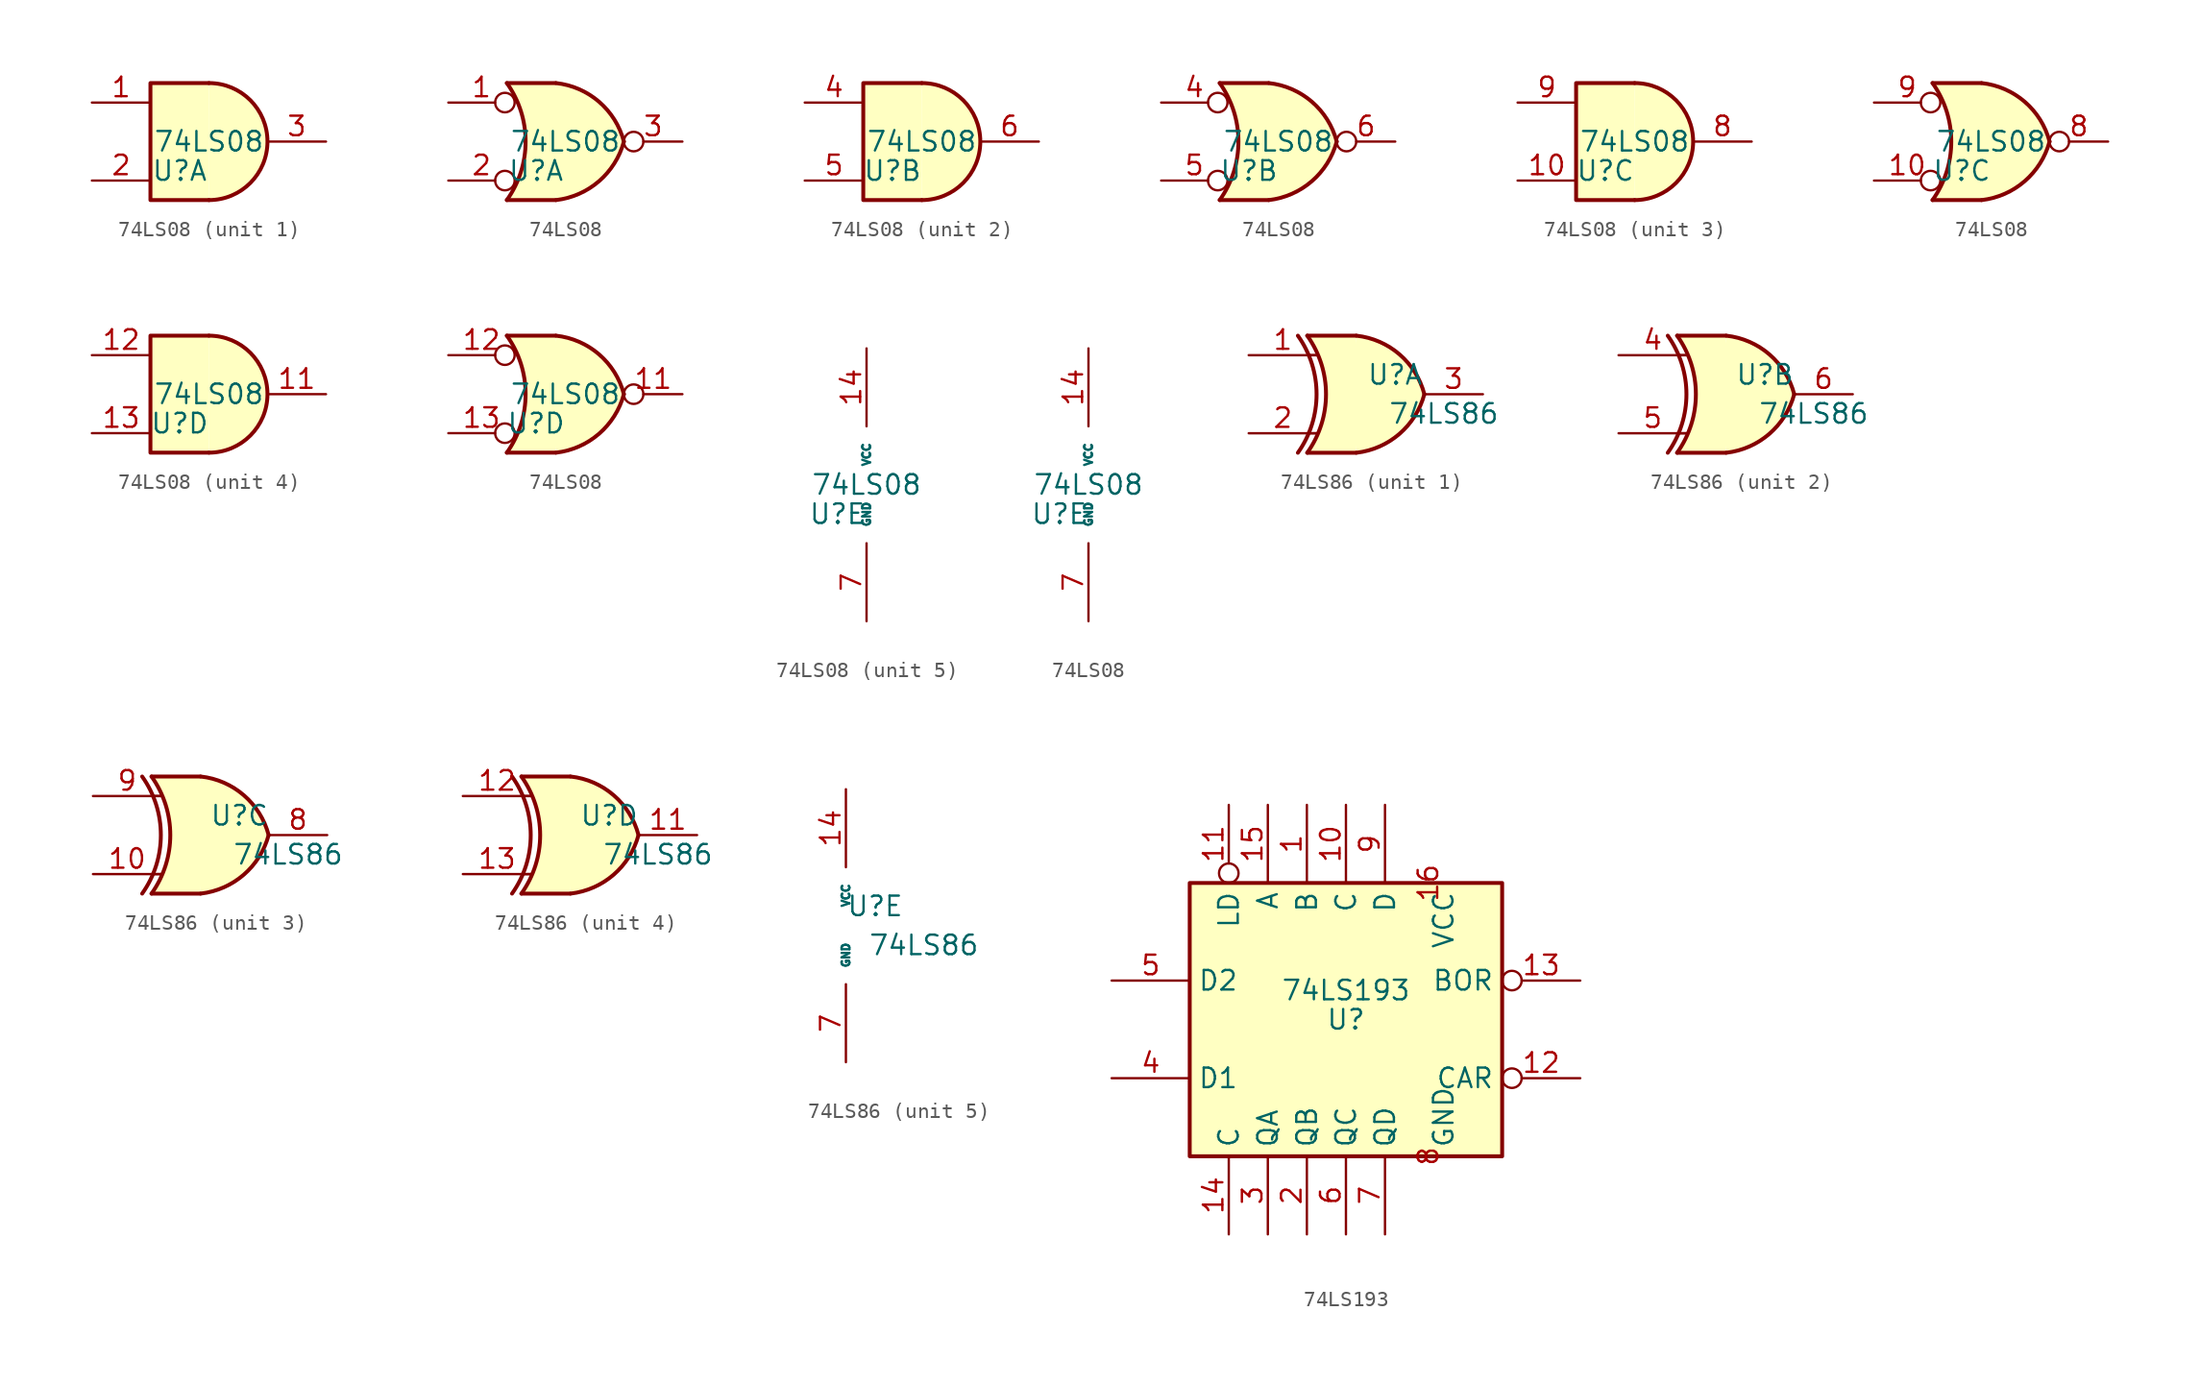
<source format=kicad_sym>
(kicad_symbol_lib
  (version 20211014)
  (generator kicad_symbol_editor)
  (symbol "74LS08"
    (pin_names
      (offset 1.016))
    (property "Reference" "U"
      (at -1.905 -1.905 0)
      (effects (font (size 1.27 1.27))))
    (property "Value" "74LS08"
      (at 0 0 0)
      (effects (font (size 1.27 1.27))))
    (property "ki_locked" ""
      (at 0 0 0)
      (effects (font (size 1.27 1.27))))
    (symbol "74LS08_1_1"
      (arc (start 0 -3.81) (mid 3.81 0) (end 0 3.81) (stroke (width 0.254) (type default) (color 0 0 0 0)) (fill (type background)))
      (polyline (pts (xy 0 3.81) (xy -3.81 3.81) (xy -3.81 -3.81) (xy 0 -3.81)) (stroke (width 0.254) (type default) (color 0 0 0 0)) (fill (type background)))
      (pin input line (at -7.62 2.54 0) (length 3.81) (name "~" (effects (font (size 1.27 1.27)))) (number "1" (effects (font (size 1.27 1.27)))))
      (pin input line (at -7.62 -2.54 0) (length 3.81) (name "~" (effects (font (size 1.27 1.27)))) (number "2" (effects (font (size 1.27 1.27)))))
      (pin output line (at 7.62 0 180) (length 3.81) (name "~" (effects (font (size 1.27 1.27)))) (number "3" (effects (font (size 1.27 1.27))))))
    (symbol "74LS08_1_2"
      (arc (start -3.81 -3.81) (mid -2.589 0) (end -3.81 3.81) (stroke (width 0.254) (type default) (color 0 0 0 0)) (fill (type none)))
      (arc (start -0.6096 -3.81) (mid 2.1855 -2.584) (end 3.81 0) (stroke (width 0.254) (type default) (color 0 0 0 0)) (fill (type background)))
      (polyline (pts (xy -3.81 -3.81) (xy -0.635 -3.81)) (stroke (width 0.254) (type default) (color 0 0 0 0)) (fill (type background)))
      (polyline (pts (xy -3.81 3.81) (xy -0.635 3.81)) (stroke (width 0.254) (type default) (color 0 0 0 0)) (fill (type background)))
      (polyline (pts (xy -0.635 3.81) (xy -3.81 3.81) (xy -3.81 3.81) (xy -3.556 3.404) (xy -3.023 2.261) (xy -2.692 1.041) (xy -2.616 -0.254) (xy -2.769 -1.499) (xy -3.175 -2.718) (xy -3.81 -3.81) (xy -3.81 -3.81) (xy -0.635 -3.81)) (stroke (width -25.4) (type default) (color 0 0 0 0)) (fill (type background)))
      (arc (start 3.81 0) (mid 2.1928 2.5925) (end -0.6096 3.81) (stroke (width 0.254) (type default) (color 0 0 0 0)) (fill (type background)))
      (pin input inverted (at -7.62 2.54 0) (length 4.318) (name "~" (effects (font (size 1.27 1.27)))) (number "1" (effects (font (size 1.27 1.27)))))
      (pin input inverted (at -7.62 -2.54 0) (length 4.318) (name "~" (effects (font (size 1.27 1.27)))) (number "2" (effects (font (size 1.27 1.27)))))
      (pin output inverted (at 7.62 0 180) (length 3.81) (name "~" (effects (font (size 1.27 1.27)))) (number "3" (effects (font (size 1.27 1.27))))))
    (symbol "74LS08_2_1"
      (arc (start 0 -3.81) (mid 3.81 0) (end 0 3.81) (stroke (width 0.254) (type default) (color 0 0 0 0)) (fill (type background)))
      (polyline (pts (xy 0 3.81) (xy -3.81 3.81) (xy -3.81 -3.81) (xy 0 -3.81)) (stroke (width 0.254) (type default) (color 0 0 0 0)) (fill (type background)))
      (pin input line (at -7.62 2.54 0) (length 3.81) (name "~" (effects (font (size 1.27 1.27)))) (number "4" (effects (font (size 1.27 1.27)))))
      (pin input line (at -7.62 -2.54 0) (length 3.81) (name "~" (effects (font (size 1.27 1.27)))) (number "5" (effects (font (size 1.27 1.27)))))
      (pin output line (at 7.62 0 180) (length 3.81) (name "~" (effects (font (size 1.27 1.27)))) (number "6" (effects (font (size 1.27 1.27))))))
    (symbol "74LS08_2_2"
      (arc (start -3.81 -3.81) (mid -2.589 0) (end -3.81 3.81) (stroke (width 0.254) (type default) (color 0 0 0 0)) (fill (type none)))
      (arc (start -0.6096 -3.81) (mid 2.1855 -2.584) (end 3.81 0) (stroke (width 0.254) (type default) (color 0 0 0 0)) (fill (type background)))
      (polyline (pts (xy -3.81 -3.81) (xy -0.635 -3.81)) (stroke (width 0.254) (type default) (color 0 0 0 0)) (fill (type background)))
      (polyline (pts (xy -3.81 3.81) (xy -0.635 3.81)) (stroke (width 0.254) (type default) (color 0 0 0 0)) (fill (type background)))
      (polyline (pts (xy -0.635 3.81) (xy -3.81 3.81) (xy -3.81 3.81) (xy -3.556 3.404) (xy -3.023 2.261) (xy -2.692 1.041) (xy -2.616 -0.254) (xy -2.769 -1.499) (xy -3.175 -2.718) (xy -3.81 -3.81) (xy -3.81 -3.81) (xy -0.635 -3.81)) (stroke (width -25.4) (type default) (color 0 0 0 0)) (fill (type background)))
      (arc (start 3.81 0) (mid 2.1928 2.5925) (end -0.6096 3.81) (stroke (width 0.254) (type default) (color 0 0 0 0)) (fill (type background)))
      (pin input inverted (at -7.62 2.54 0) (length 4.318) (name "~" (effects (font (size 1.27 1.27)))) (number "4" (effects (font (size 1.27 1.27)))))
      (pin input inverted (at -7.62 -2.54 0) (length 4.318) (name "~" (effects (font (size 1.27 1.27)))) (number "5" (effects (font (size 1.27 1.27)))))
      (pin output inverted (at 7.62 0 180) (length 3.81) (name "~" (effects (font (size 1.27 1.27)))) (number "6" (effects (font (size 1.27 1.27))))))
    (symbol "74LS08_3_1"
      (arc (start 0 -3.81) (mid 3.81 0) (end 0 3.81) (stroke (width 0.254) (type default) (color 0 0 0 0)) (fill (type background)))
      (polyline (pts (xy 0 3.81) (xy -3.81 3.81) (xy -3.81 -3.81) (xy 0 -3.81)) (stroke (width 0.254) (type default) (color 0 0 0 0)) (fill (type background)))
      (pin input line (at -7.62 -2.54 0) (length 3.81) (name "~" (effects (font (size 1.27 1.27)))) (number "10" (effects (font (size 1.27 1.27)))))
      (pin output line (at 7.62 0 180) (length 3.81) (name "~" (effects (font (size 1.27 1.27)))) (number "8" (effects (font (size 1.27 1.27)))))
      (pin input line (at -7.62 2.54 0) (length 3.81) (name "~" (effects (font (size 1.27 1.27)))) (number "9" (effects (font (size 1.27 1.27))))))
    (symbol "74LS08_3_2"
      (arc (start -3.81 -3.81) (mid -2.589 0) (end -3.81 3.81) (stroke (width 0.254) (type default) (color 0 0 0 0)) (fill (type none)))
      (arc (start -0.6096 -3.81) (mid 2.1855 -2.584) (end 3.81 0) (stroke (width 0.254) (type default) (color 0 0 0 0)) (fill (type background)))
      (polyline (pts (xy -3.81 -3.81) (xy -0.635 -3.81)) (stroke (width 0.254) (type default) (color 0 0 0 0)) (fill (type background)))
      (polyline (pts (xy -3.81 3.81) (xy -0.635 3.81)) (stroke (width 0.254) (type default) (color 0 0 0 0)) (fill (type background)))
      (polyline (pts (xy -0.635 3.81) (xy -3.81 3.81) (xy -3.81 3.81) (xy -3.556 3.404) (xy -3.023 2.261) (xy -2.692 1.041) (xy -2.616 -0.254) (xy -2.769 -1.499) (xy -3.175 -2.718) (xy -3.81 -3.81) (xy -3.81 -3.81) (xy -0.635 -3.81)) (stroke (width -25.4) (type default) (color 0 0 0 0)) (fill (type background)))
      (arc (start 3.81 0) (mid 2.1928 2.5925) (end -0.6096 3.81) (stroke (width 0.254) (type default) (color 0 0 0 0)) (fill (type background)))
      (pin input inverted (at -7.62 -2.54 0) (length 4.318) (name "~" (effects (font (size 1.27 1.27)))) (number "10" (effects (font (size 1.27 1.27)))))
      (pin output inverted (at 7.62 0 180) (length 3.81) (name "~" (effects (font (size 1.27 1.27)))) (number "8" (effects (font (size 1.27 1.27)))))
      (pin input inverted (at -7.62 2.54 0) (length 4.318) (name "~" (effects (font (size 1.27 1.27)))) (number "9" (effects (font (size 1.27 1.27))))))
    (symbol "74LS08_4_1"
      (arc (start 0 -3.81) (mid 3.81 0) (end 0 3.81) (stroke (width 0.254) (type default) (color 0 0 0 0)) (fill (type background)))
      (polyline (pts (xy 0 3.81) (xy -3.81 3.81) (xy -3.81 -3.81) (xy 0 -3.81)) (stroke (width 0.254) (type default) (color 0 0 0 0)) (fill (type background)))
      (pin output line (at 7.62 0 180) (length 3.81) (name "~" (effects (font (size 1.27 1.27)))) (number "11" (effects (font (size 1.27 1.27)))))
      (pin input line (at -7.62 2.54 0) (length 3.81) (name "~" (effects (font (size 1.27 1.27)))) (number "12" (effects (font (size 1.27 1.27)))))
      (pin input line (at -7.62 -2.54 0) (length 3.81) (name "~" (effects (font (size 1.27 1.27)))) (number "13" (effects (font (size 1.27 1.27))))))
    (symbol "74LS08_4_2"
      (arc (start -3.81 -3.81) (mid -2.589 0) (end -3.81 3.81) (stroke (width 0.254) (type default) (color 0 0 0 0)) (fill (type none)))
      (arc (start -0.6096 -3.81) (mid 2.1855 -2.584) (end 3.81 0) (stroke (width 0.254) (type default) (color 0 0 0 0)) (fill (type background)))
      (polyline (pts (xy -3.81 -3.81) (xy -0.635 -3.81)) (stroke (width 0.254) (type default) (color 0 0 0 0)) (fill (type background)))
      (polyline (pts (xy -3.81 3.81) (xy -0.635 3.81)) (stroke (width 0.254) (type default) (color 0 0 0 0)) (fill (type background)))
      (polyline (pts (xy -0.635 3.81) (xy -3.81 3.81) (xy -3.81 3.81) (xy -3.556 3.404) (xy -3.023 2.261) (xy -2.692 1.041) (xy -2.616 -0.254) (xy -2.769 -1.499) (xy -3.175 -2.718) (xy -3.81 -3.81) (xy -3.81 -3.81) (xy -0.635 -3.81)) (stroke (width -25.4) (type default) (color 0 0 0 0)) (fill (type background)))
      (arc (start 3.81 0) (mid 2.1928 2.5925) (end -0.6096 3.81) (stroke (width 0.254) (type default) (color 0 0 0 0)) (fill (type background)))
      (pin output inverted (at 7.62 0 180) (length 3.81) (name "~" (effects (font (size 1.27 1.27)))) (number "11" (effects (font (size 1.27 1.27)))))
      (pin input inverted (at -7.62 2.54 0) (length 4.318) (name "~" (effects (font (size 1.27 1.27)))) (number "12" (effects (font (size 1.27 1.27)))))
      (pin input inverted (at -7.62 -2.54 0) (length 4.318) (name "~" (effects (font (size 1.27 1.27)))) (number "13" (effects (font (size 1.27 1.27))))))
    (symbol "74LS08_5_0"
      (pin power_in line (at 0 8.89 270) (length 5.08) (name "VCC" (effects (font (size 0.508 0.508)))) (number "14" (effects (font (size 1.27 1.27)))))
      (pin power_in line (at 0 -8.89 90) (length 5.08) (name "GND" (effects (font (size 0.508 0.508)))) (number "7" (effects (font (size 1.27 1.27)))))))
  (symbol "74LS86"
    (pin_names
      (offset 1.016))
    (property "Reference" "U"
      (at 1.905 1.27 0)
      (effects (font (size 1.27 1.27))))
    (property "Value" "74LS86"
      (at 5.08 -1.27 0)
      (effects (font (size 1.27 1.27))))
    (property "ki_locked" ""
      (at 0 0 0)
      (effects (font (size 1.27 1.27))))
    (symbol "74LS86_1_0"
      (arc (start -4.4196 -3.81) (mid -3.2033 0) (end -4.4196 3.81) (stroke (width 0.254) (type default) (color 0 0 0 0)) (fill (type none)))
      (arc (start -3.81 -3.81) (mid -2.589 0) (end -3.81 3.81) (stroke (width 0.254) (type default) (color 0 0 0 0)) (fill (type none)))
      (arc (start -0.6096 -3.81) (mid 2.1855 -2.584) (end 3.81 0) (stroke (width 0.254) (type default) (color 0 0 0 0)) (fill (type background)))
      (polyline (pts (xy -3.81 -3.81) (xy -0.635 -3.81)) (stroke (width 0.254) (type default) (color 0 0 0 0)) (fill (type background)))
      (polyline (pts (xy -3.81 3.81) (xy -0.635 3.81)) (stroke (width 0.254) (type default) (color 0 0 0 0)) (fill (type background)))
      (polyline (pts (xy -0.635 3.81) (xy -3.81 3.81) (xy -3.81 3.81) (xy -3.556 3.404) (xy -3.023 2.261) (xy -2.692 1.041) (xy -2.616 -0.254) (xy -2.769 -1.499) (xy -3.175 -2.718) (xy -3.81 -3.81) (xy -3.81 -3.81) (xy -0.635 -3.81)) (stroke (width -25.4) (type default) (color 0 0 0 0)) (fill (type background)))
      (arc (start 3.81 0) (mid 2.1928 2.5925) (end -0.6096 3.81) (stroke (width 0.254) (type default) (color 0 0 0 0)) (fill (type background)))
      (pin input line (at -7.62 2.54 0) (length 4.445) (name "~" (effects (font (size 1.27 1.27)))) (number "1" (effects (font (size 1.27 1.27)))))
      (pin input line (at -7.62 -2.54 0) (length 4.445) (name "~" (effects (font (size 1.27 1.27)))) (number "2" (effects (font (size 1.27 1.27)))))
      (pin output line (at 7.62 0 180) (length 3.81) (name "~" (effects (font (size 1.27 1.27)))) (number "3" (effects (font (size 1.27 1.27))))))
    (symbol "74LS86_1_1"
      (polyline (pts (xy -3.81 -2.54) (xy -3.175 -2.54)) (stroke (width 0.152) (type default) (color 0 0 0 0)) (fill (type none)))
      (polyline (pts (xy -3.81 2.54) (xy -3.175 2.54)) (stroke (width 0.152) (type default) (color 0 0 0 0)) (fill (type none))))
    (symbol "74LS86_2_0"
      (arc (start -4.4196 -3.81) (mid -3.2033 0) (end -4.4196 3.81) (stroke (width 0.254) (type default) (color 0 0 0 0)) (fill (type none)))
      (arc (start -3.81 -3.81) (mid -2.589 0) (end -3.81 3.81) (stroke (width 0.254) (type default) (color 0 0 0 0)) (fill (type none)))
      (arc (start -0.6096 -3.81) (mid 2.1855 -2.584) (end 3.81 0) (stroke (width 0.254) (type default) (color 0 0 0 0)) (fill (type background)))
      (polyline (pts (xy -3.81 -3.81) (xy -0.635 -3.81)) (stroke (width 0.254) (type default) (color 0 0 0 0)) (fill (type background)))
      (polyline (pts (xy -3.81 3.81) (xy -0.635 3.81)) (stroke (width 0.254) (type default) (color 0 0 0 0)) (fill (type background)))
      (polyline (pts (xy -0.635 3.81) (xy -3.81 3.81) (xy -3.81 3.81) (xy -3.556 3.404) (xy -3.023 2.261) (xy -2.692 1.041) (xy -2.616 -0.254) (xy -2.769 -1.499) (xy -3.175 -2.718) (xy -3.81 -3.81) (xy -3.81 -3.81) (xy -0.635 -3.81)) (stroke (width -25.4) (type default) (color 0 0 0 0)) (fill (type background)))
      (arc (start 3.81 0) (mid 2.1928 2.5925) (end -0.6096 3.81) (stroke (width 0.254) (type default) (color 0 0 0 0)) (fill (type background)))
      (pin input line (at -7.62 2.54 0) (length 4.445) (name "~" (effects (font (size 1.27 1.27)))) (number "4" (effects (font (size 1.27 1.27)))))
      (pin input line (at -7.62 -2.54 0) (length 4.445) (name "~" (effects (font (size 1.27 1.27)))) (number "5" (effects (font (size 1.27 1.27)))))
      (pin output line (at 7.62 0 180) (length 3.81) (name "~" (effects (font (size 1.27 1.27)))) (number "6" (effects (font (size 1.27 1.27))))))
    (symbol "74LS86_2_1"
      (polyline (pts (xy -3.81 -2.54) (xy -3.175 -2.54)) (stroke (width 0.152) (type default) (color 0 0 0 0)) (fill (type none)))
      (polyline (pts (xy -3.81 2.54) (xy -3.175 2.54)) (stroke (width 0.152) (type default) (color 0 0 0 0)) (fill (type none))))
    (symbol "74LS86_3_0"
      (arc (start -4.4196 -3.81) (mid -3.2033 0) (end -4.4196 3.81) (stroke (width 0.254) (type default) (color 0 0 0 0)) (fill (type none)))
      (arc (start -3.81 -3.81) (mid -2.589 0) (end -3.81 3.81) (stroke (width 0.254) (type default) (color 0 0 0 0)) (fill (type none)))
      (arc (start -0.6096 -3.81) (mid 2.1855 -2.584) (end 3.81 0) (stroke (width 0.254) (type default) (color 0 0 0 0)) (fill (type background)))
      (polyline (pts (xy -3.81 -3.81) (xy -0.635 -3.81)) (stroke (width 0.254) (type default) (color 0 0 0 0)) (fill (type background)))
      (polyline (pts (xy -3.81 3.81) (xy -0.635 3.81)) (stroke (width 0.254) (type default) (color 0 0 0 0)) (fill (type background)))
      (polyline (pts (xy -0.635 3.81) (xy -3.81 3.81) (xy -3.81 3.81) (xy -3.556 3.404) (xy -3.023 2.261) (xy -2.692 1.041) (xy -2.616 -0.254) (xy -2.769 -1.499) (xy -3.175 -2.718) (xy -3.81 -3.81) (xy -3.81 -3.81) (xy -0.635 -3.81)) (stroke (width -25.4) (type default) (color 0 0 0 0)) (fill (type background)))
      (arc (start 3.81 0) (mid 2.1928 2.5925) (end -0.6096 3.81) (stroke (width 0.254) (type default) (color 0 0 0 0)) (fill (type background)))
      (pin input line (at -7.62 -2.54 0) (length 4.445) (name "~" (effects (font (size 1.27 1.27)))) (number "10" (effects (font (size 1.27 1.27)))))
      (pin output line (at 7.62 0 180) (length 3.81) (name "~" (effects (font (size 1.27 1.27)))) (number "8" (effects (font (size 1.27 1.27)))))
      (pin input line (at -7.62 2.54 0) (length 4.445) (name "~" (effects (font (size 1.27 1.27)))) (number "9" (effects (font (size 1.27 1.27))))))
    (symbol "74LS86_3_1"
      (polyline (pts (xy -3.81 -2.54) (xy -3.175 -2.54)) (stroke (width 0.152) (type default) (color 0 0 0 0)) (fill (type none)))
      (polyline (pts (xy -3.81 2.54) (xy -3.175 2.54)) (stroke (width 0.152) (type default) (color 0 0 0 0)) (fill (type none))))
    (symbol "74LS86_4_0"
      (arc (start -4.4196 -3.81) (mid -3.2033 0) (end -4.4196 3.81) (stroke (width 0.254) (type default) (color 0 0 0 0)) (fill (type none)))
      (arc (start -3.81 -3.81) (mid -2.589 0) (end -3.81 3.81) (stroke (width 0.254) (type default) (color 0 0 0 0)) (fill (type none)))
      (arc (start -0.6096 -3.81) (mid 2.1855 -2.584) (end 3.81 0) (stroke (width 0.254) (type default) (color 0 0 0 0)) (fill (type background)))
      (polyline (pts (xy -3.81 -3.81) (xy -0.635 -3.81)) (stroke (width 0.254) (type default) (color 0 0 0 0)) (fill (type background)))
      (polyline (pts (xy -3.81 3.81) (xy -0.635 3.81)) (stroke (width 0.254) (type default) (color 0 0 0 0)) (fill (type background)))
      (polyline (pts (xy -0.635 3.81) (xy -3.81 3.81) (xy -3.81 3.81) (xy -3.556 3.404) (xy -3.023 2.261) (xy -2.692 1.041) (xy -2.616 -0.254) (xy -2.769 -1.499) (xy -3.175 -2.718) (xy -3.81 -3.81) (xy -3.81 -3.81) (xy -0.635 -3.81)) (stroke (width -25.4) (type default) (color 0 0 0 0)) (fill (type background)))
      (arc (start 3.81 0) (mid 2.1928 2.5925) (end -0.6096 3.81) (stroke (width 0.254) (type default) (color 0 0 0 0)) (fill (type background)))
      (pin output line (at 7.62 0 180) (length 3.81) (name "~" (effects (font (size 1.27 1.27)))) (number "11" (effects (font (size 1.27 1.27)))))
      (pin input line (at -7.62 2.54 0) (length 4.445) (name "~" (effects (font (size 1.27 1.27)))) (number "12" (effects (font (size 1.27 1.27)))))
      (pin input line (at -7.62 -2.54 0) (length 4.445) (name "~" (effects (font (size 1.27 1.27)))) (number "13" (effects (font (size 1.27 1.27))))))
    (symbol "74LS86_4_1"
      (polyline (pts (xy -3.81 -2.54) (xy -3.175 -2.54)) (stroke (width 0.152) (type default) (color 0 0 0 0)) (fill (type none)))
      (polyline (pts (xy -3.81 2.54) (xy -3.175 2.54)) (stroke (width 0.152) (type default) (color 0 0 0 0)) (fill (type none))))
    (symbol "74LS86_5_0"
      (pin power_in line (at 0 8.89 270) (length 5.08) (name "VCC" (effects (font (size 0.508 0.508)))) (number "14" (effects (font (size 1.27 1.27)))))
      (pin power_in line (at 0 -8.89 90) (length 5.08) (name "GND" (effects (font (size 0.508 0.508)))) (number "7" (effects (font (size 1.27 1.27)))))))
  (symbol "74LS193"
    (property "Reference" "U"
      (at 0 0.635 0)
      (effects (font (size 1.27 1.27))))
    (property "Value" "74LS193"
      (at 0 2.54 0)
      (effects (font (size 1.27 1.27))))
    (symbol "74LS193_1_0"
      (pin input line (at -2.54 14.605 270) (length 5.08) (name "B" (effects (font (size 1.27 1.27)))) (number "1" (effects (font (size 1.27 1.27)))))
      (pin input line (at 0 14.605 270) (length 5.08) (name "C" (effects (font (size 1.27 1.27)))) (number "10" (effects (font (size 1.27 1.27)))))
      (pin input inverted (at -7.62 14.605 270) (length 5.08) (name "LD" (effects (font (size 1.27 1.27)))) (number "11" (effects (font (size 1.27 1.27)))))
      (pin output inverted (at 15.24 -3.175 180) (length 5.08) (name "CAR" (effects (font (size 1.27 1.27)))) (number "12" (effects (font (size 1.27 1.27)))))
      (pin output inverted (at 15.24 3.175 180) (length 5.08) (name "BOR" (effects (font (size 1.27 1.27)))) (number "13" (effects (font (size 1.27 1.27)))))
      (pin input line (at -7.62 -13.335 90) (length 5.08) (name "C" (effects (font (size 1.27 1.27)))) (number "14" (effects (font (size 1.27 1.27)))))
      (pin input line (at -5.08 14.605 270) (length 5.08) (name "A" (effects (font (size 1.27 1.27)))) (number "15" (effects (font (size 1.27 1.27)))))
      (pin power_in line (at 6.35 9.525 270) (length 0) (name "VCC" (effects (font (size 1.27 1.27)))) (number "16" (effects (font (size 1.27 1.27)))))
      (pin output line (at -2.54 -13.335 90) (length 5.08) (name "QB" (effects (font (size 1.27 1.27)))) (number "2" (effects (font (size 1.27 1.27)))))
      (pin output line (at -5.08 -13.335 90) (length 5.08) (name "QA" (effects (font (size 1.27 1.27)))) (number "3" (effects (font (size 1.27 1.27)))))
      (pin input line (at -15.24 -3.175 0) (length 5.08) (name "D1" (effects (font (size 1.27 1.27)))) (number "4" (effects (font (size 1.27 1.27)))))
      (pin input line (at -15.24 3.175 0) (length 5.08) (name "D2" (effects (font (size 1.27 1.27)))) (number "5" (effects (font (size 1.27 1.27)))))
      (pin output line (at 0 -13.335 90) (length 5.08) (name "QC" (effects (font (size 1.27 1.27)))) (number "6" (effects (font (size 1.27 1.27)))))
      (pin output line (at 2.54 -13.335 90) (length 5.08) (name "QD" (effects (font (size 1.27 1.27)))) (number "7" (effects (font (size 1.27 1.27)))))
      (pin power_in line (at 6.35 -8.255 90) (length 0) (name "GND" (effects (font (size 1.27 1.27)))) (number "8" (effects (font (size 1.27 1.27)))))
      (pin input line (at 2.54 14.605 270) (length 5.08) (name "D" (effects (font (size 1.27 1.27)))) (number "9" (effects (font (size 1.27 1.27))))))
    (symbol "74LS193_1_1"
      (rectangle (start -10.16 9.525) (end 10.16 -8.255) (stroke (width 0.254) (type default) (color 0 0 0 0)) (fill (type background))))))
</source>
